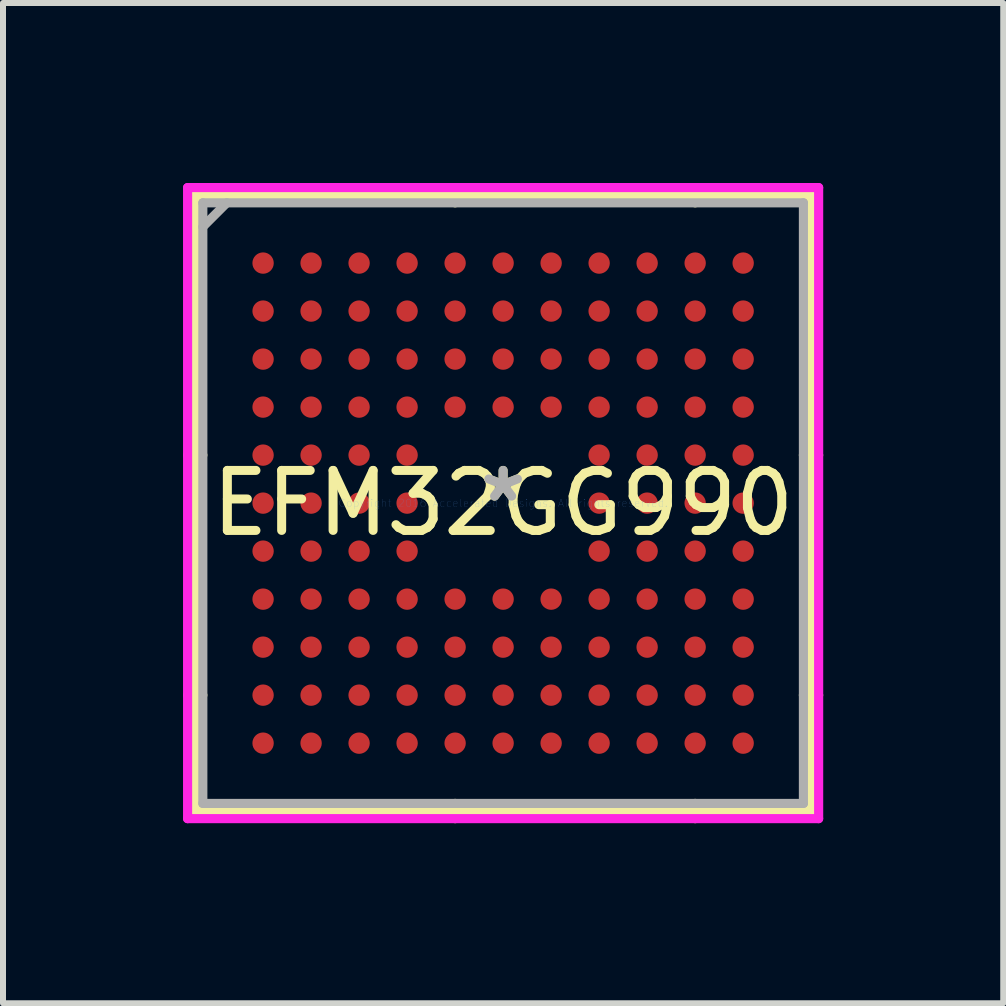
<source format=kicad_pcb>
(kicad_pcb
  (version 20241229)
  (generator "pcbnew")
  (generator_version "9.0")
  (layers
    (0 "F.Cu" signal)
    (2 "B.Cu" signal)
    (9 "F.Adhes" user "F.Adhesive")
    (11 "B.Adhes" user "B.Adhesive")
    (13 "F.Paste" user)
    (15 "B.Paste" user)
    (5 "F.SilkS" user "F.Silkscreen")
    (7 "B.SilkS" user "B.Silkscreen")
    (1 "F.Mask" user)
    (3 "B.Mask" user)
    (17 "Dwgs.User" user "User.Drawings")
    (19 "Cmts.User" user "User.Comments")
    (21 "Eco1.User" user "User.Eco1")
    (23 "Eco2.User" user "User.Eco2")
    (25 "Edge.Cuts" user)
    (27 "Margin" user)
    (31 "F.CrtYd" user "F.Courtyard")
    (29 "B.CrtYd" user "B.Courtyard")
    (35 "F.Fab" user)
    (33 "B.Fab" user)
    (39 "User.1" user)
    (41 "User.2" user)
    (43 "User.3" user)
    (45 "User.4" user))
  (footprint "EFM32GG990"
    (layer "F.Cu")
    (at 5.334 5.334)
    (property "Reference" "EFM32GG990" (at 0 0 0) (layer "F.SilkS") (effects (font (size 1 1) (thickness 0.15))))
    (attr through_hole)
    (fp_line (start -5.131 -5.131) (end -5.131 5.131) (stroke (width 0.152) (type solid)) (layer "F.SilkS"))
    (fp_line (start -5.131 5.131) (end 5.131 5.131) (stroke (width 0.152) (type solid)) (layer "F.SilkS"))
    (fp_line (start -5.004 -0.8) (end -5.258 -0.8) (stroke (width 0.152) (type solid)) (layer "F.SilkS"))
    (fp_line (start -5.004 3.2) (end -5.258 3.2) (stroke (width 0.152) (type solid)) (layer "F.SilkS"))
    (fp_line (start -0.8 -5.004) (end -0.8 -5.258) (stroke (width 0.152) (type solid)) (layer "F.SilkS"))
    (fp_line (start -0.8 5.004) (end -0.8 5.258) (stroke (width 0.152) (type solid)) (layer "F.SilkS"))
    (fp_line (start 3.2 -5.004) (end 3.2 -5.258) (stroke (width 0.152) (type solid)) (layer "F.SilkS"))
    (fp_line (start 3.2 5.004) (end 3.2 5.258) (stroke (width 0.152) (type solid)) (layer "F.SilkS"))
    (fp_line (start 5.004 -0.8) (end 5.258 -0.8) (stroke (width 0.152) (type solid)) (layer "F.SilkS"))
    (fp_line (start 5.004 3.2) (end 5.258 3.2) (stroke (width 0.152) (type solid)) (layer "F.SilkS"))
    (fp_line (start 5.131 -5.131) (end -5.131 -5.131) (stroke (width 0.152) (type solid)) (layer "F.SilkS"))
    (fp_line (start 5.131 5.131) (end 5.131 -5.131) (stroke (width 0.152) (type solid)) (layer "F.SilkS"))
    (fp_line (start -5.258 -5.258) (end 5.258 -5.258) (stroke (width 0.152) (type solid)) (layer "F.CrtYd"))
    (fp_line (start -5.258 5.258) (end -5.258 -5.258) (stroke (width 0.152) (type solid)) (layer "F.CrtYd"))
    (fp_line (start 5.258 -5.258) (end 5.258 5.258) (stroke (width 0.152) (type solid)) (layer "F.CrtYd"))
    (fp_line (start 5.258 5.258) (end -5.258 5.258) (stroke (width 0.152) (type solid)) (layer "F.CrtYd"))
    (fp_line (start -5.004 -5.004) (end -5.004 5.004) (stroke (width 0.152) (type solid)) (layer "F.Fab"))
    (fp_line (start -5.004 5.004) (end 5.004 5.004) (stroke (width 0.152) (type solid)) (layer "F.Fab"))
    (fp_line (start -4.604 -5.004) (end -5.004 -4.604) (stroke (width 0.152) (type solid)) (layer "F.Fab"))
    (fp_line (start 5.004 -5.004) (end -5.004 -5.004) (stroke (width 0.152) (type solid)) (layer "F.Fab"))
    (fp_line (start 5.004 5.004) (end 5.004 -5.004) (stroke (width 0.152) (type solid)) (layer "F.Fab"))
    (fp_text user "*" (at 0 0 0) (layer "F.SilkS") (effects (font (size 1 1) (thickness 0.15))))
    (fp_text user "Copyright 2016 Accelerated Designs. All rights reserved." (at 0 0 0) (layer "Cmts.User") (effects (font (size 0.127 0.127) (thickness 0.002))))
    (fp_text user "*" (at 0 0 0) (layer "F.Fab") (effects (font (size 1 1) (thickness 0.15))))
    (pad "A1" smd circle (at -4 -4) (size 0.356 0.356) (layers "F.Cu" "F.Mask" "F.Paste"))
    (pad "A2" smd circle (at -3.2 -4) (size 0.356 0.356) (layers "F.Cu" "F.Mask" "F.Paste"))
    (pad "A3" smd circle (at -2.4 -4) (size 0.356 0.356) (layers "F.Cu" "F.Mask" "F.Paste"))
    (pad "A4" smd circle (at -1.6 -4) (size 0.356 0.356) (layers "F.Cu" "F.Mask" "F.Paste"))
    (pad "A5" smd circle (at -0.8 -4) (size 0.356 0.356) (layers "F.Cu" "F.Mask" "F.Paste"))
    (pad "A6" smd circle (at 0 -4) (size 0.356 0.356) (layers "F.Cu" "F.Mask" "F.Paste"))
    (pad "A7" smd circle (at 0.8 -4) (size 0.356 0.356) (layers "F.Cu" "F.Mask" "F.Paste"))
    (pad "A8" smd circle (at 1.6 -4) (size 0.356 0.356) (layers "F.Cu" "F.Mask" "F.Paste"))
    (pad "A9" smd circle (at 2.4 -4) (size 0.356 0.356) (layers "F.Cu" "F.Mask" "F.Paste"))
    (pad "A10" smd circle (at 3.2 -4) (size 0.356 0.356) (layers "F.Cu" "F.Mask" "F.Paste"))
    (pad "A11" smd circle (at 4 -4) (size 0.356 0.356) (layers "F.Cu" "F.Mask" "F.Paste"))
    (pad "B1" smd circle (at -4 -3.2) (size 0.356 0.356) (layers "F.Cu" "F.Mask" "F.Paste"))
    (pad "B2" smd circle (at -3.2 -3.2) (size 0.356 0.356) (layers "F.Cu" "F.Mask" "F.Paste"))
    (pad "B3" smd circle (at -2.4 -3.2) (size 0.356 0.356) (layers "F.Cu" "F.Mask" "F.Paste"))
    (pad "B4" smd circle (at -1.6 -3.2) (size 0.356 0.356) (layers "F.Cu" "F.Mask" "F.Paste"))
    (pad "B5" smd circle (at -0.8 -3.2) (size 0.356 0.356) (layers "F.Cu" "F.Mask" "F.Paste"))
    (pad "B6" smd circle (at 0 -3.2) (size 0.356 0.356) (layers "F.Cu" "F.Mask" "F.Paste"))
    (pad "B7" smd circle (at 0.8 -3.2) (size 0.356 0.356) (layers "F.Cu" "F.Mask" "F.Paste"))
    (pad "B8" smd circle (at 1.6 -3.2) (size 0.356 0.356) (layers "F.Cu" "F.Mask" "F.Paste"))
    (pad "B9" smd circle (at 2.4 -3.2) (size 0.356 0.356) (layers "F.Cu" "F.Mask" "F.Paste"))
    (pad "B10" smd circle (at 3.2 -3.2) (size 0.356 0.356) (layers "F.Cu" "F.Mask" "F.Paste"))
    (pad "B11" smd circle (at 4 -3.2) (size 0.356 0.356) (layers "F.Cu" "F.Mask" "F.Paste"))
    (pad "C1" smd circle (at -4 -2.4) (size 0.356 0.356) (layers "F.Cu" "F.Mask" "F.Paste"))
    (pad "C2" smd circle (at -3.2 -2.4) (size 0.356 0.356) (layers "F.Cu" "F.Mask" "F.Paste"))
    (pad "C3" smd circle (at -2.4 -2.4) (size 0.356 0.356) (layers "F.Cu" "F.Mask" "F.Paste"))
    (pad "C4" smd circle (at -1.6 -2.4) (size 0.356 0.356) (layers "F.Cu" "F.Mask" "F.Paste"))
    (pad "C5" smd circle (at -0.8 -2.4) (size 0.356 0.356) (layers "F.Cu" "F.Mask" "F.Paste"))
    (pad "C6" smd circle (at 0 -2.4) (size 0.356 0.356) (layers "F.Cu" "F.Mask" "F.Paste"))
    (pad "C7" smd circle (at 0.8 -2.4) (size 0.356 0.356) (layers "F.Cu" "F.Mask" "F.Paste"))
    (pad "C8" smd circle (at 1.6 -2.4) (size 0.356 0.356) (layers "F.Cu" "F.Mask" "F.Paste"))
    (pad "C9" smd circle (at 2.4 -2.4) (size 0.356 0.356) (layers "F.Cu" "F.Mask" "F.Paste"))
    (pad "C10" smd circle (at 3.2 -2.4) (size 0.356 0.356) (layers "F.Cu" "F.Mask" "F.Paste"))
    (pad "C11" smd circle (at 4 -2.4) (size 0.356 0.356) (layers "F.Cu" "F.Mask" "F.Paste"))
    (pad "D1" smd circle (at -4 -1.6) (size 0.356 0.356) (layers "F.Cu" "F.Mask" "F.Paste"))
    (pad "D2" smd circle (at -3.2 -1.6) (size 0.356 0.356) (layers "F.Cu" "F.Mask" "F.Paste"))
    (pad "D3" smd circle (at -2.4 -1.6) (size 0.356 0.356) (layers "F.Cu" "F.Mask" "F.Paste"))
    (pad "D4" smd circle (at -1.6 -1.6) (size 0.356 0.356) (layers "F.Cu" "F.Mask" "F.Paste"))
    (pad "D5" smd circle (at -0.8 -1.6) (size 0.356 0.356) (layers "F.Cu" "F.Mask" "F.Paste"))
    (pad "D6" smd circle (at 0 -1.6) (size 0.356 0.356) (layers "F.Cu" "F.Mask" "F.Paste"))
    (pad "D7" smd circle (at 0.8 -1.6) (size 0.356 0.356) (layers "F.Cu" "F.Mask" "F.Paste"))
    (pad "D8" smd circle (at 1.6 -1.6) (size 0.356 0.356) (layers "F.Cu" "F.Mask" "F.Paste"))
    (pad "D9" smd circle (at 2.4 -1.6) (size 0.356 0.356) (layers "F.Cu" "F.Mask" "F.Paste"))
    (pad "D10" smd circle (at 3.2 -1.6) (size 0.356 0.356) (layers "F.Cu" "F.Mask" "F.Paste"))
    (pad "D11" smd circle (at 4 -1.6) (size 0.356 0.356) (layers "F.Cu" "F.Mask" "F.Paste"))
    (pad "E1" smd circle (at -4 -0.8) (size 0.356 0.356) (layers "F.Cu" "F.Mask" "F.Paste"))
    (pad "E2" smd circle (at -3.2 -0.8) (size 0.356 0.356) (layers "F.Cu" "F.Mask" "F.Paste"))
    (pad "E3" smd circle (at -2.4 -0.8) (size 0.356 0.356) (layers "F.Cu" "F.Mask" "F.Paste"))
    (pad "E4" smd circle (at -1.6 -0.8) (size 0.356 0.356) (layers "F.Cu" "F.Mask" "F.Paste"))
    (pad "E8" smd circle (at 1.6 -0.8) (size 0.356 0.356) (layers "F.Cu" "F.Mask" "F.Paste"))
    (pad "E9" smd circle (at 2.4 -0.8) (size 0.356 0.356) (layers "F.Cu" "F.Mask" "F.Paste"))
    (pad "E10" smd circle (at 3.2 -0.8) (size 0.356 0.356) (layers "F.Cu" "F.Mask" "F.Paste"))
    (pad "E11" smd circle (at 4 -0.8) (size 0.356 0.356) (layers "F.Cu" "F.Mask" "F.Paste"))
    (pad "F1" smd circle (at -4 0) (size 0.356 0.356) (layers "F.Cu" "F.Mask" "F.Paste"))
    (pad "F2" smd circle (at -3.2 0) (size 0.356 0.356) (layers "F.Cu" "F.Mask" "F.Paste"))
    (pad "F3" smd circle (at -2.4 0) (size 0.356 0.356) (layers "F.Cu" "F.Mask" "F.Paste"))
    (pad "F4" smd circle (at -1.6 0) (size 0.356 0.356) (layers "F.Cu" "F.Mask" "F.Paste"))
    (pad "F8" smd circle (at 1.6 0) (size 0.356 0.356) (layers "F.Cu" "F.Mask" "F.Paste"))
    (pad "F9" smd circle (at 2.4 0) (size 0.356 0.356) (layers "F.Cu" "F.Mask" "F.Paste"))
    (pad "F10" smd circle (at 3.2 0) (size 0.356 0.356) (layers "F.Cu" "F.Mask" "F.Paste"))
    (pad "F11" smd circle (at 4 0) (size 0.356 0.356) (layers "F.Cu" "F.Mask" "F.Paste"))
    (pad "G1" smd circle (at -4 0.8) (size 0.356 0.356) (layers "F.Cu" "F.Mask" "F.Paste"))
    (pad "G2" smd circle (at -3.2 0.8) (size 0.356 0.356) (layers "F.Cu" "F.Mask" "F.Paste"))
    (pad "G3" smd circle (at -2.4 0.8) (size 0.356 0.356) (layers "F.Cu" "F.Mask" "F.Paste"))
    (pad "G4" smd circle (at -1.6 0.8) (size 0.356 0.356) (layers "F.Cu" "F.Mask" "F.Paste"))
    (pad "G8" smd circle (at 1.6 0.8) (size 0.356 0.356) (layers "F.Cu" "F.Mask" "F.Paste"))
    (pad "G9" smd circle (at 2.4 0.8) (size 0.356 0.356) (layers "F.Cu" "F.Mask" "F.Paste"))
    (pad "G10" smd circle (at 3.2 0.8) (size 0.356 0.356) (layers "F.Cu" "F.Mask" "F.Paste"))
    (pad "G11" smd circle (at 4 0.8) (size 0.356 0.356) (layers "F.Cu" "F.Mask" "F.Paste"))
    (pad "H1" smd circle (at -4 1.6) (size 0.356 0.356) (layers "F.Cu" "F.Mask" "F.Paste"))
    (pad "H2" smd circle (at -3.2 1.6) (size 0.356 0.356) (layers "F.Cu" "F.Mask" "F.Paste"))
    (pad "H3" smd circle (at -2.4 1.6) (size 0.356 0.356) (layers "F.Cu" "F.Mask" "F.Paste"))
    (pad "H4" smd circle (at -1.6 1.6) (size 0.356 0.356) (layers "F.Cu" "F.Mask" "F.Paste"))
    (pad "H5" smd circle (at -0.8 1.6) (size 0.356 0.356) (layers "F.Cu" "F.Mask" "F.Paste"))
    (pad "H6" smd circle (at 0 1.6) (size 0.356 0.356) (layers "F.Cu" "F.Mask" "F.Paste"))
    (pad "H7" smd circle (at 0.8 1.6) (size 0.356 0.356) (layers "F.Cu" "F.Mask" "F.Paste"))
    (pad "H8" smd circle (at 1.6 1.6) (size 0.356 0.356) (layers "F.Cu" "F.Mask" "F.Paste"))
    (pad "H9" smd circle (at 2.4 1.6) (size 0.356 0.356) (layers "F.Cu" "F.Mask" "F.Paste"))
    (pad "H10" smd circle (at 3.2 1.6) (size 0.356 0.356) (layers "F.Cu" "F.Mask" "F.Paste"))
    (pad "H11" smd circle (at 4 1.6) (size 0.356 0.356) (layers "F.Cu" "F.Mask" "F.Paste"))
    (pad "J1" smd circle (at -4 2.4) (size 0.356 0.356) (layers "F.Cu" "F.Mask" "F.Paste"))
    (pad "J2" smd circle (at -3.2 2.4) (size 0.356 0.356) (layers "F.Cu" "F.Mask" "F.Paste"))
    (pad "J3" smd circle (at -2.4 2.4) (size 0.356 0.356) (layers "F.Cu" "F.Mask" "F.Paste"))
    (pad "J4" smd circle (at -1.6 2.4) (size 0.356 0.356) (layers "F.Cu" "F.Mask" "F.Paste"))
    (pad "J5" smd circle (at -0.8 2.4) (size 0.356 0.356) (layers "F.Cu" "F.Mask" "F.Paste"))
    (pad "J6" smd circle (at 0 2.4) (size 0.356 0.356) (layers "F.Cu" "F.Mask" "F.Paste"))
    (pad "J7" smd circle (at 0.8 2.4) (size 0.356 0.356) (layers "F.Cu" "F.Mask" "F.Paste"))
    (pad "J8" smd circle (at 1.6 2.4) (size 0.356 0.356) (layers "F.Cu" "F.Mask" "F.Paste"))
    (pad "J9" smd circle (at 2.4 2.4) (size 0.356 0.356) (layers "F.Cu" "F.Mask" "F.Paste"))
    (pad "J10" smd circle (at 3.2 2.4) (size 0.356 0.356) (layers "F.Cu" "F.Mask" "F.Paste"))
    (pad "J11" smd circle (at 4 2.4) (size 0.356 0.356) (layers "F.Cu" "F.Mask" "F.Paste"))
    (pad "K1" smd circle (at -4 3.2) (size 0.356 0.356) (layers "F.Cu" "F.Mask" "F.Paste"))
    (pad "K2" smd circle (at -3.2 3.2) (size 0.356 0.356) (layers "F.Cu" "F.Mask" "F.Paste"))
    (pad "K3" smd circle (at -2.4 3.2) (size 0.356 0.356) (layers "F.Cu" "F.Mask" "F.Paste"))
    (pad "K4" smd circle (at -1.6 3.2) (size 0.356 0.356) (layers "F.Cu" "F.Mask" "F.Paste"))
    (pad "K5" smd circle (at -0.8 3.2) (size 0.356 0.356) (layers "F.Cu" "F.Mask" "F.Paste"))
    (pad "K6" smd circle (at 0 3.2) (size 0.356 0.356) (layers "F.Cu" "F.Mask" "F.Paste"))
    (pad "K7" smd circle (at 0.8 3.2) (size 0.356 0.356) (layers "F.Cu" "F.Mask" "F.Paste"))
    (pad "K8" smd circle (at 1.6 3.2) (size 0.356 0.356) (layers "F.Cu" "F.Mask" "F.Paste"))
    (pad "K9" smd circle (at 2.4 3.2) (size 0.356 0.356) (layers "F.Cu" "F.Mask" "F.Paste"))
    (pad "K10" smd circle (at 3.2 3.2) (size 0.356 0.356) (layers "F.Cu" "F.Mask" "F.Paste"))
    (pad "K11" smd circle (at 4 3.2) (size 0.356 0.356) (layers "F.Cu" "F.Mask" "F.Paste"))
    (pad "L1" smd circle (at -4 4) (size 0.356 0.356) (layers "F.Cu" "F.Mask" "F.Paste"))
    (pad "L2" smd circle (at -3.2 4) (size 0.356 0.356) (layers "F.Cu" "F.Mask" "F.Paste"))
    (pad "L3" smd circle (at -2.4 4) (size 0.356 0.356) (layers "F.Cu" "F.Mask" "F.Paste"))
    (pad "L4" smd circle (at -1.6 4) (size 0.356 0.356) (layers "F.Cu" "F.Mask" "F.Paste"))
    (pad "L5" smd circle (at -0.8 4) (size 0.356 0.356) (layers "F.Cu" "F.Mask" "F.Paste"))
    (pad "L6" smd circle (at 0 4) (size 0.356 0.356) (layers "F.Cu" "F.Mask" "F.Paste"))
    (pad "L7" smd circle (at 0.8 4) (size 0.356 0.356) (layers "F.Cu" "F.Mask" "F.Paste"))
    (pad "L8" smd circle (at 1.6 4) (size 0.356 0.356) (layers "F.Cu" "F.Mask" "F.Paste"))
    (pad "L9" smd circle (at 2.4 4) (size 0.356 0.356) (layers "F.Cu" "F.Mask" "F.Paste"))
    (pad "L10" smd circle (at 3.2 4) (size 0.356 0.356) (layers "F.Cu" "F.Mask" "F.Paste"))
    (pad "L11" smd circle (at 4 4) (size 0.356 0.356) (layers "F.Cu" "F.Mask" "F.Paste")))
  (gr_rect
    (start -3 -3)
    (end 13.668 13.668)
    (stroke (width 0.1) (type default))
    (fill no)
    (layer "Edge.Cuts")))
</source>
